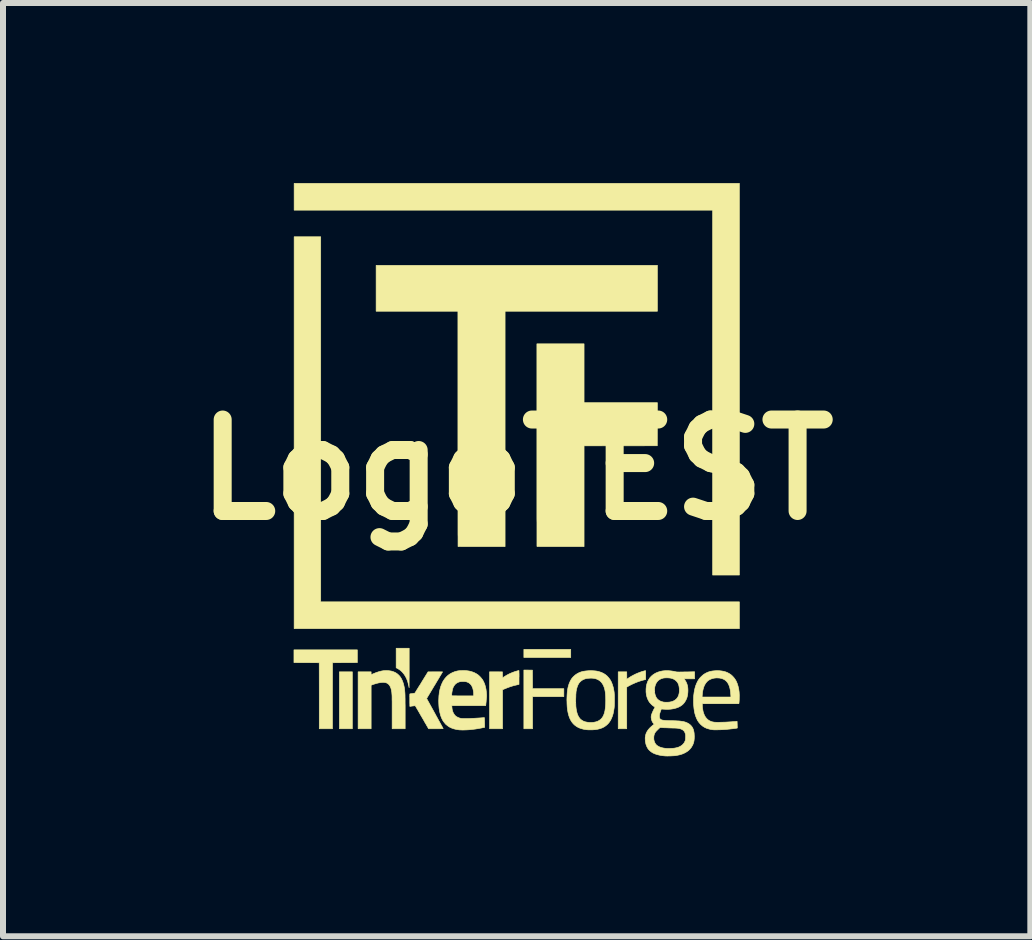
<source format=kicad_pcb>
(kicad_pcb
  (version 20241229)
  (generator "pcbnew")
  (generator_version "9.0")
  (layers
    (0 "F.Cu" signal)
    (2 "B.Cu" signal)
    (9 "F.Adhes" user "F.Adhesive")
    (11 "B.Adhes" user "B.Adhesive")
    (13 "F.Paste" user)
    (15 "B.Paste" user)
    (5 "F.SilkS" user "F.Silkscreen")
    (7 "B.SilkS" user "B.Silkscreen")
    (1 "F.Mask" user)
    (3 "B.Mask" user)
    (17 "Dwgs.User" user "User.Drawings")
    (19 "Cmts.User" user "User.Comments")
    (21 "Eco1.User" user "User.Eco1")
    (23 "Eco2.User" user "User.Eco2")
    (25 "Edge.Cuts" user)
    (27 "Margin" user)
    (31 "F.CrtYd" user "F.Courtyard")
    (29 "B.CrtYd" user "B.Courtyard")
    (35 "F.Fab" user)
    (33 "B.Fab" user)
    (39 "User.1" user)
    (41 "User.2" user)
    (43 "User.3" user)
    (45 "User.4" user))
  (footprint "LogoTEST"
    (layer "F.Cu")
    (at 5.559 4.775)
    (property "Reference" "LogoTEST" (at 0 0 0) (layer "F.SilkS") (effects (font (size 1.524 1.524) (thickness 0.3))))
    (attr through_hole)
    (fp_poly (pts (xy -2.738 4.318) (xy -2.954 4.318) (xy -2.954 3.369) (xy -2.738 3.369) (xy -2.738 4.318)) (stroke (width 0.01) (type solid)) (fill yes) (layer "F.SilkS"))
    (fp_poly (pts (xy 0.901 3.131) (xy 0.12 3.131) (xy 0.12 2.995) (xy 0.901 2.995) (xy 0.901 3.131)) (stroke (width 0.01) (type solid)) (fill yes) (layer "F.SilkS"))
    (fp_poly (pts (xy -3.265 2.203) (xy 3.711 2.203) (xy 3.711 2.65) (xy -3.708 2.65) (xy -3.708 -3.88) (xy -3.265 -3.88) (xy -3.265 2.203)) (stroke (width 0.01) (type solid)) (fill yes) (layer "F.SilkS"))
    (fp_poly (pts (xy 3.711 1.757) (xy 3.265 1.757) (xy 3.265 -4.323) (xy -3.708 -4.323) (xy -3.708 -4.77) (xy 3.711 -4.77) (xy 3.711 1.757)) (stroke (width 0.01) (type solid)) (fill yes) (layer "F.SilkS"))
    (fp_poly (pts (xy 0.192 3.34) (xy 0.263 3.341) (xy 0.265 3.65) (xy 0.786 3.65) (xy 0.786 3.783) (xy 0.265 3.783) (xy 0.265 4.318) (xy 0.12 4.318) (xy 0.12 3.339) (xy 0.192 3.34)) (stroke (width 0.01) (type solid)) (fill yes) (layer "F.SilkS"))
    (fp_poly (pts (xy -2.655 3.216) (xy -3.068 3.218) (xy -3.069 3.768) (xy -3.069 4.318) (xy -3.289 4.318) (xy -3.289 3.768) (xy -3.29 3.218) (xy -3.501 3.217) (xy -3.711 3.216) (xy -3.711 3.003) (xy -2.655 3.003) (xy -2.655 3.216)) (stroke (width 0.01) (type solid)) (fill yes) (layer "F.SilkS"))
    (fp_poly (pts (xy -1.791 3.305) (xy -1.791 3.346) (xy -1.791 3.386) (xy -1.791 3.424) (xy -1.791 3.46) (xy -1.792 3.494) (xy -1.792 3.524) (xy -1.792 3.552) (xy -1.792 3.576) (xy -1.792 3.596) (xy -1.792 3.613) (xy -1.792 3.624) (xy -1.792 3.631) (xy -1.792 3.634) (xy -1.793 3.631) (xy -1.794 3.625) (xy -1.795 3.619) (xy -1.797 3.611) (xy -1.799 3.599) (xy -1.802 3.586) (xy -1.805 3.573) (xy -1.818 3.525) (xy -1.835 3.481) (xy -1.856 3.441) (xy -1.88 3.405) (xy -1.907 3.373) (xy -1.937 3.345) (xy -1.971 3.322) (xy -1.986 3.313) (xy -2.008 3.302) (xy -2.008 2.976) (xy -1.791 2.976) (xy -1.791 3.305)) (stroke (width 0.01) (type solid)) (fill yes) (layer "F.SilkS"))
    (fp_poly (pts (xy 2.146 3.35) (xy 2.147 3.351) (xy 2.148 3.354) (xy 2.149 3.358) (xy 2.149 3.365) (xy 2.149 3.375) (xy 2.15 3.389) (xy 2.15 3.407) (xy 2.15 3.424) (xy 2.15 3.497) (xy 2.142 3.499) (xy 2.088 3.513) (xy 2.031 3.531) (xy 1.975 3.553) (xy 1.919 3.578) (xy 1.871 3.603) (xy 1.834 3.624) (xy 1.834 4.318) (xy 1.692 4.318) (xy 1.692 3.369) (xy 1.834 3.369) (xy 1.835 3.431) (xy 1.835 3.492) (xy 1.846 3.485) (xy 1.874 3.466) (xy 1.906 3.446) (xy 1.941 3.427) (xy 1.976 3.409) (xy 2.012 3.393) (xy 2.046 3.38) (xy 2.051 3.378) (xy 2.064 3.373) (xy 2.078 3.368) (xy 2.094 3.363) (xy 2.109 3.359) (xy 2.123 3.355) (xy 2.134 3.352) (xy 2.142 3.35) (xy 2.145 3.35) (xy 2.146 3.35)) (stroke (width 0.01) (type solid)) (fill yes) (layer "F.SilkS"))
    (fp_poly (pts (xy 0.038 3.35) (xy 0.039 3.358) (xy 0.039 3.37) (xy 0.039 3.386) (xy 0.04 3.405) (xy 0.04 3.428) (xy 0.04 3.454) (xy 0.039 3.463) (xy 0.039 3.579) (xy 0.012 3.585) (xy -0.051 3.6) (xy -0.109 3.618) (xy -0.163 3.638) (xy -0.212 3.658) (xy -0.235 3.669) (xy -0.235 4.318) (xy -0.452 4.318) (xy -0.452 3.369) (xy -0.344 3.369) (xy -0.237 3.37) (xy -0.236 3.419) (xy -0.236 3.434) (xy -0.235 3.448) (xy -0.235 3.459) (xy -0.234 3.465) (xy -0.234 3.468) (xy -0.231 3.466) (xy -0.225 3.463) (xy -0.217 3.457) (xy -0.209 3.452) (xy -0.167 3.426) (xy -0.123 3.403) (xy -0.077 3.383) (xy -0.031 3.366) (xy 0.004 3.356) (xy 0.016 3.352) (xy 0.027 3.35) (xy 0.034 3.348) (xy 0.038 3.347) (xy 0.038 3.347) (xy 0.038 3.35)) (stroke (width 0.01) (type solid)) (fill yes) (layer "F.SilkS"))
    (fp_poly (pts (xy 1.123 -1.115) (xy 2.345 -1.115) (xy 2.344 -0.756) (xy 2.343 -0.397) (xy 1.123 -0.396) (xy 1.123 1.283) (xy 0.732 1.283) (xy 0.686 1.283) (xy 0.643 1.283) (xy 0.6 1.283) (xy 0.56 1.283) (xy 0.523 1.283) (xy 0.488 1.283) (xy 0.456 1.283) (xy 0.427 1.283) (xy 0.401 1.283) (xy 0.38 1.282) (xy 0.363 1.282) (xy 0.35 1.282) (xy 0.342 1.282) (xy 0.339 1.282) (xy 0.339 1.282) (xy 0.339 1.279) (xy 0.338 1.271) (xy 0.338 1.258) (xy 0.338 1.24) (xy 0.338 1.217) (xy 0.338 1.19) (xy 0.338 1.158) (xy 0.338 1.122) (xy 0.338 1.081) (xy 0.338 1.037) (xy 0.338 0.989) (xy 0.338 0.936) (xy 0.338 0.881) (xy 0.337 0.821) (xy 0.337 0.759) (xy 0.337 0.693) (xy 0.337 0.624) (xy 0.337 0.552) (xy 0.337 0.478) (xy 0.337 0.4) (xy 0.337 0.321) (xy 0.337 0.238) (xy 0.337 0.154) (xy 0.337 0.068) (xy 0.337 -0.02) (xy 0.337 -0.111) (xy 0.337 -0.202) (xy 0.337 -0.295) (xy 0.337 -0.39) (xy 0.337 -2.096) (xy 1.123 -2.096) (xy 1.123 -1.115)) (stroke (width 0.01) (type solid)) (fill yes) (layer "F.SilkS"))
    (fp_poly (pts (xy 2.345 -2.639) (xy -0.193 -2.639) (xy -0.193 1.283) (xy -0.584 1.283) (xy -0.629 1.283) (xy -0.673 1.283) (xy -0.715 1.283) (xy -0.755 1.283) (xy -0.793 1.283) (xy -0.828 1.283) (xy -0.86 1.283) (xy -0.889 1.283) (xy -0.914 1.283) (xy -0.935 1.282) (xy -0.953 1.282) (xy -0.966 1.282) (xy -0.974 1.282) (xy -0.977 1.282) (xy -0.977 1.282) (xy -0.977 1.279) (xy -0.977 1.271) (xy -0.977 1.258) (xy -0.977 1.24) (xy -0.977 1.217) (xy -0.977 1.19) (xy -0.977 1.157) (xy -0.977 1.121) (xy -0.978 1.08) (xy -0.978 1.035) (xy -0.978 0.986) (xy -0.978 0.934) (xy -0.978 0.877) (xy -0.978 0.817) (xy -0.978 0.753) (xy -0.978 0.686) (xy -0.978 0.616) (xy -0.978 0.542) (xy -0.978 0.466) (xy -0.978 0.387) (xy -0.978 0.305) (xy -0.978 0.22) (xy -0.978 0.134) (xy -0.978 0.044) (xy -0.978 -0.047) (xy -0.978 -0.14) (xy -0.979 -0.236) (xy -0.979 -0.333) (xy -0.979 -0.432) (xy -0.979 -0.532) (xy -0.979 -0.633) (xy -0.979 -2.639) (xy -2.342 -2.639) (xy -2.342 -3.404) (xy 2.345 -3.404) (xy 2.345 -2.639)) (stroke (width 0.01) (type solid)) (fill yes) (layer "F.SilkS"))
    (fp_poly (pts (xy -2.141 3.349) (xy -2.105 3.354) (xy -2.083 3.358) (xy -2.047 3.37) (xy -2.015 3.385) (xy -1.986 3.405) (xy -1.96 3.429) (xy -1.937 3.457) (xy -1.918 3.489) (xy -1.901 3.525) (xy -1.887 3.567) (xy -1.879 3.599) (xy -1.876 3.613) (xy -1.873 3.626) (xy -1.871 3.64) (xy -1.868 3.654) (xy -1.867 3.669) (xy -1.865 3.684) (xy -1.864 3.701) (xy -1.862 3.72) (xy -1.861 3.741) (xy -1.86 3.765) (xy -1.86 3.791) (xy -1.859 3.821) (xy -1.859 3.854) (xy -1.859 3.89) (xy -1.858 3.931) (xy -1.858 3.977) (xy -1.858 4.027) (xy -1.858 4.049) (xy -1.858 4.318) (xy -2.075 4.318) (xy -2.075 4.053) (xy -2.075 4.01) (xy -2.075 3.969) (xy -2.075 3.931) (xy -2.075 3.895) (xy -2.075 3.862) (xy -2.076 3.833) (xy -2.076 3.807) (xy -2.076 3.785) (xy -2.077 3.767) (xy -2.077 3.755) (xy -2.078 3.749) (xy -2.081 3.71) (xy -2.087 3.676) (xy -2.094 3.647) (xy -2.104 3.622) (xy -2.115 3.6) (xy -2.129 3.582) (xy -2.133 3.578) (xy -2.149 3.565) (xy -2.167 3.555) (xy -2.188 3.549) (xy -2.213 3.546) (xy -2.24 3.546) (xy -2.271 3.549) (xy -2.305 3.555) (xy -2.344 3.565) (xy -2.386 3.578) (xy -2.388 3.579) (xy -2.425 3.592) (xy -2.425 4.318) (xy -2.642 4.318) (xy -2.642 3.369) (xy -2.425 3.369) (xy -2.425 3.417) (xy -2.391 3.402) (xy -2.344 3.383) (xy -2.299 3.368) (xy -2.257 3.357) (xy -2.217 3.35) (xy -2.179 3.348) (xy -2.141 3.349)) (stroke (width 0.01) (type solid)) (fill yes) (layer "F.SilkS"))
    (fp_poly (pts (xy -1.287 3.369) (xy -1.269 3.37) (xy -1.254 3.37) (xy -1.244 3.37) (xy -1.237 3.37) (xy -1.235 3.371) (xy -1.237 3.373) (xy -1.24 3.38) (xy -1.247 3.391) (xy -1.255 3.405) (xy -1.266 3.423) (xy -1.278 3.443) (xy -1.292 3.467) (xy -1.307 3.492) (xy -1.324 3.52) (xy -1.342 3.55) (xy -1.36 3.581) (xy -1.368 3.593) (xy -1.5 3.814) (xy -1.362 4.064) (xy -1.344 4.098) (xy -1.326 4.13) (xy -1.309 4.161) (xy -1.293 4.19) (xy -1.278 4.217) (xy -1.265 4.241) (xy -1.253 4.263) (xy -1.243 4.281) (xy -1.235 4.296) (xy -1.229 4.307) (xy -1.226 4.313) (xy -1.225 4.316) (xy -1.227 4.316) (xy -1.235 4.317) (xy -1.246 4.317) (xy -1.262 4.317) (xy -1.28 4.318) (xy -1.302 4.318) (xy -1.325 4.318) (xy -1.346 4.318) (xy -1.468 4.318) (xy -1.474 4.307) (xy -1.477 4.303) (xy -1.481 4.294) (xy -1.488 4.282) (xy -1.498 4.266) (xy -1.508 4.247) (xy -1.521 4.226) (xy -1.535 4.202) (xy -1.549 4.176) (xy -1.565 4.149) (xy -1.582 4.12) (xy -1.584 4.116) (xy -1.601 4.088) (xy -1.616 4.061) (xy -1.631 4.035) (xy -1.644 4.012) (xy -1.657 3.991) (xy -1.667 3.973) (xy -1.676 3.958) (xy -1.683 3.946) (xy -1.687 3.939) (xy -1.689 3.935) (xy -1.69 3.935) (xy -1.693 3.935) (xy -1.7 3.935) (xy -1.711 3.936) (xy -1.725 3.938) (xy -1.735 3.939) (xy -1.75 3.941) (xy -1.763 3.943) (xy -1.772 3.945) (xy -1.778 3.945) (xy -1.78 3.945) (xy -1.78 3.943) (xy -1.78 3.935) (xy -1.78 3.924) (xy -1.78 3.908) (xy -1.781 3.89) (xy -1.781 3.869) (xy -1.781 3.847) (xy -1.781 3.841) (xy -1.781 3.815) (xy -1.781 3.794) (xy -1.782 3.777) (xy -1.781 3.763) (xy -1.781 3.753) (xy -1.781 3.746) (xy -1.78 3.742) (xy -1.78 3.739) (xy -1.779 3.737) (xy -1.778 3.737) (xy -1.777 3.736) (xy -1.772 3.736) (xy -1.763 3.734) (xy -1.752 3.733) (xy -1.738 3.731) (xy -1.737 3.731) (xy -1.723 3.729) (xy -1.712 3.727) (xy -1.703 3.726) (xy -1.698 3.724) (xy -1.698 3.724) (xy -1.696 3.722) (xy -1.691 3.715) (xy -1.684 3.704) (xy -1.675 3.69) (xy -1.665 3.673) (xy -1.652 3.653) (xy -1.638 3.63) (xy -1.623 3.606) (xy -1.606 3.58) (xy -1.589 3.552) (xy -1.586 3.546) (xy -1.477 3.37) (xy -1.356 3.369) (xy -1.331 3.369) (xy -1.308 3.369) (xy -1.287 3.369)) (stroke (width 0.01) (type solid)) (fill yes) (layer "F.SilkS"))
    (fp_poly (pts (xy 3.379 3.351) (xy 3.415 3.355) (xy 3.449 3.361) (xy 3.481 3.37) (xy 3.507 3.38) (xy 3.538 3.396) (xy 3.569 3.416) (xy 3.597 3.441) (xy 3.622 3.469) (xy 3.644 3.5) (xy 3.658 3.524) (xy 3.675 3.564) (xy 3.689 3.608) (xy 3.7 3.655) (xy 3.707 3.705) (xy 3.71 3.758) (xy 3.709 3.813) (xy 3.709 3.829) (xy 3.708 3.846) (xy 3.707 3.862) (xy 3.706 3.875) (xy 3.705 3.885) (xy 3.704 3.892) (xy 3.704 3.892) (xy 3.702 3.901) (xy 3.093 3.901) (xy 3.093 3.919) (xy 3.094 3.941) (xy 3.096 3.966) (xy 3.1 3.992) (xy 3.104 4.016) (xy 3.105 4.024) (xy 3.116 4.061) (xy 3.129 4.094) (xy 3.146 4.123) (xy 3.166 4.148) (xy 3.189 4.169) (xy 3.216 4.186) (xy 3.246 4.199) (xy 3.262 4.203) (xy 3.277 4.206) (xy 3.297 4.209) (xy 3.323 4.21) (xy 3.353 4.211) (xy 3.388 4.21) (xy 3.429 4.209) (xy 3.474 4.208) (xy 3.524 4.205) (xy 3.577 4.202) (xy 3.596 4.2) (xy 3.614 4.199) (xy 3.63 4.198) (xy 3.643 4.197) (xy 3.653 4.196) (xy 3.654 4.196) (xy 3.673 4.194) (xy 3.675 4.25) (xy 3.675 4.266) (xy 3.676 4.281) (xy 3.676 4.293) (xy 3.676 4.302) (xy 3.676 4.306) (xy 3.676 4.306) (xy 3.672 4.307) (xy 3.664 4.309) (xy 3.652 4.31) (xy 3.637 4.313) (xy 3.618 4.315) (xy 3.598 4.318) (xy 3.575 4.32) (xy 3.552 4.323) (xy 3.528 4.325) (xy 3.505 4.328) (xy 3.482 4.33) (xy 3.478 4.33) (xy 3.465 4.331) (xy 3.448 4.332) (xy 3.429 4.333) (xy 3.408 4.334) (xy 3.385 4.335) (xy 3.363 4.335) (xy 3.341 4.336) (xy 3.321 4.336) (xy 3.303 4.336) (xy 3.288 4.336) (xy 3.277 4.335) (xy 3.273 4.335) (xy 3.23 4.329) (xy 3.193 4.319) (xy 3.159 4.308) (xy 3.128 4.293) (xy 3.1 4.275) (xy 3.074 4.253) (xy 3.061 4.241) (xy 3.037 4.213) (xy 3.016 4.183) (xy 2.999 4.149) (xy 2.984 4.112) (xy 2.971 4.071) (xy 2.961 4.026) (xy 2.954 3.977) (xy 2.949 3.923) (xy 2.947 3.884) (xy 2.947 3.823) (xy 2.949 3.789) (xy 3.09 3.789) (xy 3.57 3.789) (xy 3.568 3.757) (xy 3.564 3.712) (xy 3.559 3.671) (xy 3.551 3.635) (xy 3.541 3.603) (xy 3.529 3.575) (xy 3.515 3.551) (xy 3.498 3.53) (xy 3.492 3.524) (xy 3.469 3.505) (xy 3.442 3.49) (xy 3.413 3.48) (xy 3.38 3.473) (xy 3.344 3.471) (xy 3.323 3.471) (xy 3.287 3.475) (xy 3.253 3.484) (xy 3.223 3.496) (xy 3.195 3.512) (xy 3.171 3.533) (xy 3.151 3.558) (xy 3.133 3.587) (xy 3.118 3.621) (xy 3.107 3.659) (xy 3.098 3.701) (xy 3.093 3.748) (xy 3.092 3.76) (xy 3.09 3.789) (xy 2.949 3.789) (xy 2.95 3.764) (xy 2.957 3.709) (xy 2.967 3.657) (xy 2.98 3.609) (xy 2.997 3.565) (xy 3.017 3.524) (xy 3.032 3.499) (xy 3.043 3.484) (xy 3.057 3.467) (xy 3.073 3.451) (xy 3.09 3.435) (xy 3.106 3.421) (xy 3.12 3.41) (xy 3.12 3.41) (xy 3.154 3.39) (xy 3.189 3.374) (xy 3.227 3.362) (xy 3.267 3.355) (xy 3.31 3.351) (xy 3.339 3.35) (xy 3.379 3.351)) (stroke (width 0.01) (type solid)) (fill yes) (layer "F.SilkS"))
    (fp_poly (pts (xy -0.868 3.348) (xy -0.836 3.35) (xy -0.806 3.354) (xy -0.783 3.358) (xy -0.743 3.369) (xy -0.706 3.383) (xy -0.672 3.401) (xy -0.641 3.422) (xy -0.615 3.445) (xy -0.59 3.473) (xy -0.567 3.503) (xy -0.549 3.537) (xy -0.533 3.573) (xy -0.521 3.614) (xy -0.511 3.658) (xy -0.505 3.706) (xy -0.503 3.731) (xy -0.502 3.744) (xy -0.501 3.755) (xy -0.501 3.766) (xy -0.501 3.777) (xy -0.502 3.79) (xy -0.503 3.805) (xy -0.505 3.823) (xy -0.507 3.842) (xy -0.508 3.862) (xy -0.51 3.88) (xy -0.512 3.896) (xy -0.513 3.909) (xy -0.514 3.918) (xy -0.515 3.923) (xy -0.516 3.933) (xy -1.081 3.933) (xy -1.079 3.957) (xy -1.075 3.994) (xy -1.067 4.026) (xy -1.055 4.055) (xy -1.039 4.081) (xy -1.021 4.102) (xy -1.007 4.113) (xy -0.99 4.123) (xy -0.97 4.132) (xy -0.95 4.14) (xy -0.937 4.143) (xy -0.924 4.146) (xy -0.905 4.147) (xy -0.881 4.148) (xy -0.853 4.148) (xy -0.82 4.148) (xy -0.784 4.147) (xy -0.743 4.145) (xy -0.698 4.143) (xy -0.649 4.14) (xy -0.6 4.137) (xy -0.538 4.132) (xy -0.536 4.162) (xy -0.536 4.174) (xy -0.535 4.191) (xy -0.535 4.209) (xy -0.534 4.228) (xy -0.534 4.242) (xy -0.533 4.294) (xy -0.556 4.299) (xy -0.571 4.302) (xy -0.59 4.306) (xy -0.612 4.31) (xy -0.634 4.314) (xy -0.657 4.318) (xy -0.678 4.321) (xy -0.696 4.324) (xy -0.699 4.324) (xy -0.732 4.328) (xy -0.766 4.332) (xy -0.8 4.335) (xy -0.834 4.337) (xy -0.867 4.338) (xy -0.898 4.339) (xy -0.925 4.338) (xy -0.948 4.337) (xy -0.954 4.337) (xy -1.002 4.33) (xy -1.045 4.32) (xy -1.085 4.306) (xy -1.122 4.288) (xy -1.154 4.266) (xy -1.184 4.241) (xy -1.209 4.211) (xy -1.232 4.178) (xy -1.251 4.14) (xy -1.267 4.098) (xy -1.279 4.052) (xy -1.289 4.002) (xy -1.293 3.974) (xy -1.296 3.934) (xy -1.298 3.892) (xy -1.299 3.848) (xy -1.297 3.804) (xy -1.295 3.763) (xy -1.294 3.761) (xy -1.083 3.761) (xy -1.082 3.767) (xy -1.082 3.767) (xy -1.079 3.768) (xy -1.071 3.768) (xy -1.058 3.769) (xy -1.041 3.769) (xy -1.018 3.769) (xy -0.99 3.77) (xy -0.958 3.77) (xy -0.919 3.77) (xy -0.898 3.77) (xy -0.717 3.77) (xy -0.717 3.746) (xy -0.718 3.709) (xy -0.724 3.674) (xy -0.732 3.641) (xy -0.744 3.613) (xy -0.758 3.589) (xy -0.776 3.569) (xy -0.797 3.553) (xy -0.822 3.541) (xy -0.84 3.535) (xy -0.853 3.533) (xy -0.87 3.531) (xy -0.889 3.531) (xy -0.909 3.531) (xy -0.927 3.532) (xy -0.943 3.534) (xy -0.952 3.536) (xy -0.98 3.546) (xy -1.004 3.56) (xy -1.025 3.578) (xy -1.042 3.6) (xy -1.057 3.626) (xy -1.066 3.651) (xy -1.069 3.662) (xy -1.072 3.676) (xy -1.075 3.692) (xy -1.078 3.708) (xy -1.08 3.724) (xy -1.082 3.739) (xy -1.082 3.752) (xy -1.083 3.761) (xy -1.294 3.761) (xy -1.29 3.724) (xy -1.289 3.713) (xy -1.278 3.66) (xy -1.264 3.611) (xy -1.246 3.566) (xy -1.226 3.525) (xy -1.201 3.488) (xy -1.174 3.456) (xy -1.143 3.427) (xy -1.109 3.403) (xy -1.072 3.383) (xy -1.032 3.367) (xy -0.988 3.355) (xy -0.987 3.355) (xy -0.961 3.351) (xy -0.932 3.349) (xy -0.9 3.348) (xy -0.868 3.348)) (stroke (width 0.01) (type solid)) (fill yes) (layer "F.SilkS"))
    (fp_poly (pts (xy 1.268 3.351) (xy 1.299 3.353) (xy 1.327 3.356) (xy 1.353 3.361) (xy 1.368 3.365) (xy 1.409 3.378) (xy 1.446 3.395) (xy 1.479 3.416) (xy 1.509 3.441) (xy 1.535 3.47) (xy 1.559 3.503) (xy 1.579 3.54) (xy 1.595 3.581) (xy 1.609 3.627) (xy 1.615 3.655) (xy 1.619 3.676) (xy 1.622 3.694) (xy 1.625 3.713) (xy 1.626 3.731) (xy 1.628 3.75) (xy 1.629 3.771) (xy 1.629 3.795) (xy 1.629 3.823) (xy 1.629 3.842) (xy 1.629 3.871) (xy 1.629 3.896) (xy 1.628 3.917) (xy 1.628 3.935) (xy 1.626 3.951) (xy 1.625 3.966) (xy 1.625 3.968) (xy 1.617 4.018) (xy 1.608 4.064) (xy 1.596 4.105) (xy 1.581 4.143) (xy 1.565 4.176) (xy 1.545 4.207) (xy 1.523 4.234) (xy 1.516 4.241) (xy 1.489 4.265) (xy 1.459 4.286) (xy 1.426 4.303) (xy 1.39 4.316) (xy 1.35 4.326) (xy 1.307 4.333) (xy 1.26 4.336) (xy 1.229 4.336) (xy 1.212 4.336) (xy 1.196 4.336) (xy 1.18 4.335) (xy 1.168 4.334) (xy 1.165 4.334) (xy 1.119 4.327) (xy 1.076 4.316) (xy 1.037 4.302) (xy 1.002 4.283) (xy 0.971 4.261) (xy 0.943 4.235) (xy 0.919 4.205) (xy 0.898 4.171) (xy 0.881 4.135) (xy 0.868 4.097) (xy 0.857 4.055) (xy 0.848 4.008) (xy 0.842 3.957) (xy 0.839 3.902) (xy 0.838 3.854) (xy 0.984 3.854) (xy 0.984 3.879) (xy 0.985 3.902) (xy 0.986 3.923) (xy 0.986 3.938) (xy 0.991 3.983) (xy 0.998 4.023) (xy 1.007 4.059) (xy 1.018 4.09) (xy 1.032 4.117) (xy 1.048 4.141) (xy 1.066 4.161) (xy 1.088 4.177) (xy 1.112 4.191) (xy 1.133 4.199) (xy 1.146 4.203) (xy 1.161 4.206) (xy 1.172 4.208) (xy 1.182 4.21) (xy 1.192 4.211) (xy 1.198 4.212) (xy 1.198 4.212) (xy 1.208 4.213) (xy 1.221 4.213) (xy 1.237 4.213) (xy 1.253 4.213) (xy 1.268 4.212) (xy 1.281 4.211) (xy 1.281 4.211) (xy 1.316 4.204) (xy 1.348 4.194) (xy 1.376 4.179) (xy 1.4 4.161) (xy 1.421 4.139) (xy 1.439 4.112) (xy 1.445 4.1) (xy 1.455 4.076) (xy 1.464 4.048) (xy 1.471 4.017) (xy 1.476 3.983) (xy 1.48 3.945) (xy 1.483 3.903) (xy 1.484 3.856) (xy 1.484 3.84) (xy 1.483 3.79) (xy 1.48 3.745) (xy 1.476 3.704) (xy 1.469 3.667) (xy 1.46 3.634) (xy 1.449 3.605) (xy 1.436 3.579) (xy 1.42 3.555) (xy 1.402 3.534) (xy 1.396 3.529) (xy 1.377 3.513) (xy 1.354 3.5) (xy 1.33 3.489) (xy 1.31 3.483) (xy 1.284 3.478) (xy 1.255 3.475) (xy 1.225 3.475) (xy 1.195 3.477) (xy 1.167 3.48) (xy 1.151 3.484) (xy 1.139 3.487) (xy 1.124 3.493) (xy 1.11 3.499) (xy 1.105 3.501) (xy 1.081 3.516) (xy 1.06 3.534) (xy 1.041 3.555) (xy 1.025 3.581) (xy 1.012 3.611) (xy 1.001 3.646) (xy 0.993 3.685) (xy 0.99 3.699) (xy 0.989 3.713) (xy 0.988 3.731) (xy 0.986 3.752) (xy 0.986 3.776) (xy 0.985 3.801) (xy 0.984 3.828) (xy 0.984 3.854) (xy 0.838 3.854) (xy 0.837 3.843) (xy 0.838 3.806) (xy 0.84 3.756) (xy 0.843 3.711) (xy 0.848 3.669) (xy 0.855 3.632) (xy 0.864 3.597) (xy 0.875 3.564) (xy 0.888 3.534) (xy 0.892 3.526) (xy 0.904 3.503) (xy 0.916 3.484) (xy 0.93 3.466) (xy 0.946 3.449) (xy 0.949 3.446) (xy 0.976 3.422) (xy 1.005 3.402) (xy 1.037 3.385) (xy 1.072 3.371) (xy 1.11 3.361) (xy 1.152 3.355) (xy 1.197 3.351) (xy 1.234 3.35) (xy 1.268 3.351)) (stroke (width 0.01) (type solid)) (fill yes) (layer "F.SilkS"))
    (fp_poly (pts (xy 2.571 3.354) (xy 2.619 3.361) (xy 2.639 3.366) (xy 2.646 3.367) (xy 2.652 3.369) (xy 2.657 3.37) (xy 2.663 3.371) (xy 2.669 3.371) (xy 2.676 3.372) (xy 2.684 3.372) (xy 2.695 3.372) (xy 2.708 3.373) (xy 2.724 3.372) (xy 2.743 3.372) (xy 2.766 3.372) (xy 2.793 3.371) (xy 2.825 3.371) (xy 2.836 3.371) (xy 2.965 3.368) (xy 2.965 3.486) (xy 2.789 3.486) (xy 2.802 3.504) (xy 2.82 3.532) (xy 2.835 3.564) (xy 2.846 3.599) (xy 2.852 3.637) (xy 2.854 3.676) (xy 2.853 3.708) (xy 2.85 3.74) (xy 2.845 3.768) (xy 2.839 3.793) (xy 2.831 3.816) (xy 2.82 3.84) (xy 2.819 3.842) (xy 2.801 3.873) (xy 2.78 3.9) (xy 2.755 3.923) (xy 2.726 3.943) (xy 2.693 3.96) (xy 2.657 3.973) (xy 2.616 3.984) (xy 2.571 3.991) (xy 2.56 3.992) (xy 2.545 3.993) (xy 2.527 3.994) (xy 2.507 3.994) (xy 2.486 3.994) (xy 2.466 3.993) (xy 2.447 3.992) (xy 2.432 3.991) (xy 2.424 3.99) (xy 2.412 3.987) (xy 2.401 4.014) (xy 2.393 4.035) (xy 2.388 4.052) (xy 2.383 4.066) (xy 2.381 4.078) (xy 2.379 4.089) (xy 2.378 4.1) (xy 2.378 4.105) (xy 2.379 4.123) (xy 2.381 4.136) (xy 2.385 4.146) (xy 2.391 4.154) (xy 2.396 4.159) (xy 2.402 4.163) (xy 2.41 4.168) (xy 2.419 4.171) (xy 2.43 4.174) (xy 2.444 4.176) (xy 2.46 4.178) (xy 2.48 4.18) (xy 2.503 4.181) (xy 2.531 4.182) (xy 2.564 4.183) (xy 2.571 4.183) (xy 2.612 4.184) (xy 2.647 4.185) (xy 2.678 4.187) (xy 2.705 4.188) (xy 2.73 4.191) (xy 2.751 4.194) (xy 2.771 4.197) (xy 2.789 4.201) (xy 2.806 4.206) (xy 2.816 4.209) (xy 2.844 4.221) (xy 2.868 4.234) (xy 2.889 4.25) (xy 2.902 4.262) (xy 2.919 4.282) (xy 2.933 4.305) (xy 2.944 4.33) (xy 2.951 4.357) (xy 2.957 4.389) (xy 2.959 4.424) (xy 2.96 4.448) (xy 2.959 4.482) (xy 2.956 4.512) (xy 2.951 4.539) (xy 2.943 4.565) (xy 2.933 4.589) (xy 2.93 4.594) (xy 2.912 4.626) (xy 2.889 4.655) (xy 2.863 4.681) (xy 2.832 4.703) (xy 2.798 4.722) (xy 2.759 4.739) (xy 2.716 4.752) (xy 2.669 4.762) (xy 2.646 4.766) (xy 2.635 4.767) (xy 2.621 4.768) (xy 2.603 4.769) (xy 2.583 4.77) (xy 2.562 4.771) (xy 2.541 4.771) (xy 2.52 4.772) (xy 2.502 4.772) (xy 2.486 4.771) (xy 2.475 4.771) (xy 2.474 4.771) (xy 2.425 4.766) (xy 2.38 4.758) (xy 2.339 4.748) (xy 2.303 4.736) (xy 2.272 4.722) (xy 2.252 4.71) (xy 2.224 4.689) (xy 2.2 4.666) (xy 2.181 4.639) (xy 2.166 4.609) (xy 2.154 4.576) (xy 2.146 4.538) (xy 2.144 4.527) (xy 2.142 4.491) (xy 2.142 4.471) (xy 2.284 4.471) (xy 2.286 4.499) (xy 2.292 4.525) (xy 2.302 4.55) (xy 2.315 4.572) (xy 2.327 4.586) (xy 2.348 4.603) (xy 2.373 4.617) (xy 2.403 4.629) (xy 2.438 4.638) (xy 2.476 4.644) (xy 2.489 4.645) (xy 2.501 4.646) (xy 2.517 4.646) (xy 2.536 4.646) (xy 2.556 4.646) (xy 2.576 4.645) (xy 2.596 4.644) (xy 2.613 4.643) (xy 2.628 4.641) (xy 2.636 4.64) (xy 2.673 4.632) (xy 2.706 4.621) (xy 2.734 4.606) (xy 2.758 4.589) (xy 2.778 4.569) (xy 2.795 4.546) (xy 2.807 4.519) (xy 2.808 4.517) (xy 2.811 4.505) (xy 2.813 4.49) (xy 2.814 4.472) (xy 2.815 4.453) (xy 2.815 4.435) (xy 2.814 4.419) (xy 2.813 4.412) (xy 2.806 4.388) (xy 2.796 4.366) (xy 2.781 4.348) (xy 2.762 4.334) (xy 2.74 4.323) (xy 2.72 4.317) (xy 2.711 4.314) (xy 2.701 4.313) (xy 2.69 4.311) (xy 2.678 4.309) (xy 2.664 4.308) (xy 2.647 4.307) (xy 2.626 4.306) (xy 2.602 4.306) (xy 2.573 4.305) (xy 2.568 4.305) (xy 2.544 4.304) (xy 2.519 4.303) (xy 2.496 4.302) (xy 2.474 4.301) (xy 2.455 4.301) (xy 2.439 4.3) (xy 2.431 4.299) (xy 2.392 4.297) (xy 2.382 4.304) (xy 2.377 4.308) (xy 2.369 4.315) (xy 2.359 4.325) (xy 2.348 4.336) (xy 2.342 4.342) (xy 2.329 4.355) (xy 2.319 4.366) (xy 2.312 4.375) (xy 2.306 4.384) (xy 2.301 4.393) (xy 2.291 4.418) (xy 2.286 4.444) (xy 2.284 4.471) (xy 2.142 4.471) (xy 2.143 4.457) (xy 2.148 4.426) (xy 2.157 4.396) (xy 2.171 4.367) (xy 2.189 4.339) (xy 2.212 4.311) (xy 2.24 4.284) (xy 2.273 4.256) (xy 2.283 4.248) (xy 2.293 4.241) (xy 2.28 4.229) (xy 2.266 4.212) (xy 2.255 4.19) (xy 2.247 4.165) (xy 2.242 4.137) (xy 2.241 4.131) (xy 2.241 4.119) (xy 2.242 4.107) (xy 2.244 4.093) (xy 2.249 4.079) (xy 2.255 4.062) (xy 2.263 4.043) (xy 2.273 4.02) (xy 2.286 3.994) (xy 2.305 3.957) (xy 2.283 3.943) (xy 2.265 3.93) (xy 2.247 3.914) (xy 2.23 3.896) (xy 2.214 3.878) (xy 2.203 3.861) (xy 2.185 3.827) (xy 2.171 3.79) (xy 2.161 3.75) (xy 2.156 3.707) (xy 2.156 3.674) (xy 2.299 3.674) (xy 2.299 3.697) (xy 2.3 3.716) (xy 2.303 3.733) (xy 2.307 3.75) (xy 2.312 3.767) (xy 2.313 3.768) (xy 2.324 3.794) (xy 2.34 3.817) (xy 2.36 3.836) (xy 2.384 3.852) (xy 2.411 3.864) (xy 2.441 3.872) (xy 2.443 3.873) (xy 2.462 3.875) (xy 2.484 3.876) (xy 2.508 3.876) (xy 2.531 3.875) (xy 2.551 3.873) (xy 2.584 3.866) (xy 2.613 3.855) (xy 2.639 3.84) (xy 2.661 3.822) (xy 2.679 3.8) (xy 2.693 3.775) (xy 2.698 3.763) (xy 2.705 3.737) (xy 2.71 3.708) (xy 2.711 3.677) (xy 2.71 3.646) (xy 2.706 3.616) (xy 2.7 3.589) (xy 2.696 3.578) (xy 2.684 3.552) (xy 2.667 3.53) (xy 2.646 3.51) (xy 2.622 3.494) (xy 2.594 3.482) (xy 2.569 3.475) (xy 2.549 3.472) (xy 2.525 3.47) (xy 2.5 3.469) (xy 2.476 3.47) (xy 2.453 3.472) (xy 2.438 3.475) (xy 2.407 3.485) (xy 2.38 3.499) (xy 2.357 3.516) (xy 2.338 3.538) (xy 2.322 3.563) (xy 2.31 3.592) (xy 2.306 3.606) (xy 2.303 3.617) (xy 2.301 3.627) (xy 2.3 3.638) (xy 2.299 3.65) (xy 2.299 3.665) (xy 2.299 3.674) (xy 2.156 3.674) (xy 2.156 3.663) (xy 2.156 3.656) (xy 2.16 3.613) (xy 2.169 3.572) (xy 2.182 3.534) (xy 2.199 3.5) (xy 2.22 3.468) (xy 2.246 3.44) (xy 2.276 3.415) (xy 2.31 3.394) (xy 2.32 3.389) (xy 2.355 3.374) (xy 2.394 3.362) (xy 2.435 3.354) (xy 2.479 3.35) (xy 2.525 3.35) (xy 2.571 3.354)) (stroke (width 0.01) (type solid)) (fill yes) (layer "F.SilkS")))
  (gr_rect
    (start -3 -3)
    (end 14.118 12.551)
    (stroke (width 0.1) (type default))
    (fill no)
    (layer "Edge.Cuts")))
</source>
